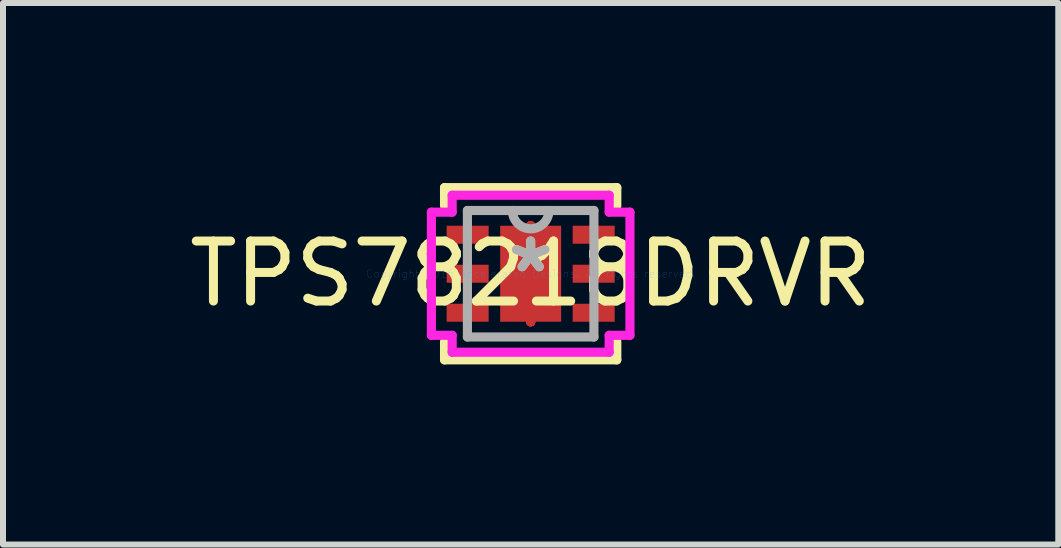
<source format=kicad_pcb>
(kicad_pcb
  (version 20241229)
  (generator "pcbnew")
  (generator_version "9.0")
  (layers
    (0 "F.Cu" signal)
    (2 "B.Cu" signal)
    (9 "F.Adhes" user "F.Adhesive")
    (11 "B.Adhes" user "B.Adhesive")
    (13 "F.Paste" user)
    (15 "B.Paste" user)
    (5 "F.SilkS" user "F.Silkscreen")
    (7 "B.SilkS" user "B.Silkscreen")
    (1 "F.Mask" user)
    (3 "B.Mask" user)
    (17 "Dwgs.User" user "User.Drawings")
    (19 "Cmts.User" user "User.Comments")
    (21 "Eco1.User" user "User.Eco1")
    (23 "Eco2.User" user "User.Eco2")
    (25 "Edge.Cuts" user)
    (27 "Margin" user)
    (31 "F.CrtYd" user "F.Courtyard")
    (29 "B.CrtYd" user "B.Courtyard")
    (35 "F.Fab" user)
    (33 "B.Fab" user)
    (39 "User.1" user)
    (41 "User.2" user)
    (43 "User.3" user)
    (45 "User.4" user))
  (footprint "TPS78218DRVR"
    (layer "F.Cu")
    (at 5.792 1.511)
    (property "Reference" "TPS78218DRVR" (at 0 0 0) (layer "F.SilkS") (effects (font (size 1 1) (thickness 0.15))))
    (attr through_hole)
    (fp_line (start 0 -0.8) (end 0 -0.8) (stroke (width 0.152) (type solid)) (layer "F.Cu"))
    (fp_line (start 0 -0.8) (end 0 -0.8) (stroke (width 0.152) (type solid)) (layer "F.Cu"))
    (fp_line (start 0 -0.8) (end 0 -0.8) (stroke (width 0.152) (type solid)) (layer "F.Cu"))
    (fp_line (start 0 -0.8) (end 0 -0.8) (stroke (width 0.152) (type solid)) (layer "F.Cu"))
    (fp_line (start 0 -0.8) (end 0 -0.8) (stroke (width 0.152) (type solid)) (layer "F.Cu"))
    (fp_line (start 0 -0.8) (end 0 -0.8) (stroke (width 0.152) (type solid)) (layer "F.Cu"))
    (fp_line (start 0 -0.8) (end 0 -0.8) (stroke (width 0.152) (type solid)) (layer "F.Cu"))
    (fp_line (start 0 -0.8) (end 0 -0.8) (stroke (width 0.152) (type solid)) (layer "F.Cu"))
    (fp_line (start 0 0.8) (end 0 0.8) (stroke (width 0.152) (type solid)) (layer "F.Cu"))
    (fp_line (start 0 0.8) (end 0 0.8) (stroke (width 0.152) (type solid)) (layer "F.Cu"))
    (fp_line (start 0 0.8) (end 0 0.8) (stroke (width 0.152) (type solid)) (layer "F.Cu"))
    (fp_line (start 0 0.8) (end 0 0.8) (stroke (width 0.152) (type solid)) (layer "F.Cu"))
    (fp_line (start 0 0.8) (end 0 0.8) (stroke (width 0.152) (type solid)) (layer "F.Cu"))
    (fp_line (start 0 0.8) (end 0 0.8) (stroke (width 0.152) (type solid)) (layer "F.Cu"))
    (fp_line (start 0 0.8) (end 0 0.8) (stroke (width 0.152) (type solid)) (layer "F.Cu"))
    (fp_line (start 0 0.8) (end 0 0.8) (stroke (width 0.152) (type solid)) (layer "F.Cu"))
    (fp_line (start -1.47 -0.87) (end -1.47 -0.43) (stroke (width 0.152) (type solid)) (layer "F.Mask"))
    (fp_line (start -1.47 -0.43) (end -0.63 -0.43) (stroke (width 0.152) (type solid)) (layer "F.Mask"))
    (fp_line (start -1.47 -0.22) (end -1.47 0.22) (stroke (width 0.152) (type solid)) (layer "F.Mask"))
    (fp_line (start -1.47 0.22) (end -0.63 0.22) (stroke (width 0.152) (type solid)) (layer "F.Mask"))
    (fp_line (start -1.47 0.43) (end -1.47 0.87) (stroke (width 0.152) (type solid)) (layer "F.Mask"))
    (fp_line (start -1.47 0.87) (end -0.63 0.87) (stroke (width 0.152) (type solid)) (layer "F.Mask"))
    (fp_line (start -0.63 -0.87) (end -1.47 -0.87) (stroke (width 0.152) (type solid)) (layer "F.Mask"))
    (fp_line (start -0.63 -0.43) (end -0.63 -0.87) (stroke (width 0.152) (type solid)) (layer "F.Mask"))
    (fp_line (start -0.63 -0.22) (end -1.47 -0.22) (stroke (width 0.152) (type solid)) (layer "F.Mask"))
    (fp_line (start -0.63 0.22) (end -0.63 -0.22) (stroke (width 0.152) (type solid)) (layer "F.Mask"))
    (fp_line (start -0.63 0.43) (end -1.47 0.43) (stroke (width 0.152) (type solid)) (layer "F.Mask"))
    (fp_line (start -0.63 0.87) (end -0.63 0.43) (stroke (width 0.152) (type solid)) (layer "F.Mask"))
    (fp_line (start -0.572 -0.864) (end -0.2 -0.864) (stroke (width 0.152) (type solid)) (layer "F.Mask"))
    (fp_line (start -0.572 -0.864) (end 0.572 -0.864) (stroke (width 0.152) (type solid)) (layer "F.Mask"))
    (fp_line (start -0.572 -0.594) (end -0.572 -0.864) (stroke (width 0.152) (type solid)) (layer "F.Mask"))
    (fp_line (start -0.572 -0.194) (end 0.572 -0.194) (stroke (width 0.152) (type solid)) (layer "F.Mask"))
    (fp_line (start -0.572 0.194) (end -0.572 -0.194) (stroke (width 0.152) (type solid)) (layer "F.Mask"))
    (fp_line (start -0.572 0.594) (end 0.572 0.594) (stroke (width 0.152) (type solid)) (layer "F.Mask"))
    (fp_line (start -0.572 0.864) (end -0.572 -0.864) (stroke (width 0.152) (type solid)) (layer "F.Mask"))
    (fp_line (start -0.572 0.864) (end -0.572 0.594) (stroke (width 0.152) (type solid)) (layer "F.Mask"))
    (fp_line (start -0.2 -0.864) (end -0.2 0.864) (stroke (width 0.152) (type solid)) (layer "F.Mask"))
    (fp_line (start -0.2 0.864) (end -0.572 0.864) (stroke (width 0.152) (type solid)) (layer "F.Mask"))
    (fp_line (start 0 -0.8) (end 0 -0.8) (stroke (width 0.152) (type solid)) (layer "F.Mask"))
    (fp_line (start 0 -0.8) (end 0 -0.8) (stroke (width 0.152) (type solid)) (layer "F.Mask"))
    (fp_line (start 0 -0.8) (end 0 -0.8) (stroke (width 0.152) (type solid)) (layer "F.Mask"))
    (fp_line (start 0 -0.8) (end 0 -0.8) (stroke (width 0.152) (type solid)) (layer "F.Mask"))
    (fp_line (start 0 -0.8) (end 0 -0.8) (stroke (width 0.152) (type solid)) (layer "F.Mask"))
    (fp_line (start 0 -0.8) (end 0 -0.8) (stroke (width 0.152) (type solid)) (layer "F.Mask"))
    (fp_line (start 0 -0.8) (end 0 -0.8) (stroke (width 0.152) (type solid)) (layer "F.Mask"))
    (fp_line (start 0 -0.8) (end 0 -0.8) (stroke (width 0.152) (type solid)) (layer "F.Mask"))
    (fp_line (start 0 0.8) (end 0 0.8) (stroke (width 0.152) (type solid)) (layer "F.Mask"))
    (fp_line (start 0 0.8) (end 0 0.8) (stroke (width 0.152) (type solid)) (layer "F.Mask"))
    (fp_line (start 0 0.8) (end 0 0.8) (stroke (width 0.152) (type solid)) (layer "F.Mask"))
    (fp_line (start 0 0.8) (end 0 0.8) (stroke (width 0.152) (type solid)) (layer "F.Mask"))
    (fp_line (start 0 0.8) (end 0 0.8) (stroke (width 0.152) (type solid)) (layer "F.Mask"))
    (fp_line (start 0 0.8) (end 0 0.8) (stroke (width 0.152) (type solid)) (layer "F.Mask"))
    (fp_line (start 0 0.8) (end 0 0.8) (stroke (width 0.152) (type solid)) (layer "F.Mask"))
    (fp_line (start 0 0.8) (end 0 0.8) (stroke (width 0.152) (type solid)) (layer "F.Mask"))
    (fp_line (start 0.2 -0.864) (end 0.572 -0.864) (stroke (width 0.152) (type solid)) (layer "F.Mask"))
    (fp_line (start 0.2 0.864) (end 0.2 -0.864) (stroke (width 0.152) (type solid)) (layer "F.Mask"))
    (fp_line (start 0.572 -0.864) (end 0.572 -0.594) (stroke (width 0.152) (type solid)) (layer "F.Mask"))
    (fp_line (start 0.572 -0.864) (end 0.572 0.864) (stroke (width 0.152) (type solid)) (layer "F.Mask"))
    (fp_line (start 0.572 -0.594) (end -0.572 -0.594) (stroke (width 0.152) (type solid)) (layer "F.Mask"))
    (fp_line (start 0.572 -0.194) (end 0.572 0.194) (stroke (width 0.152) (type solid)) (layer "F.Mask"))
    (fp_line (start 0.572 0.194) (end -0.572 0.194) (stroke (width 0.152) (type solid)) (layer "F.Mask"))
    (fp_line (start 0.572 0.594) (end 0.572 0.864) (stroke (width 0.152) (type solid)) (layer "F.Mask"))
    (fp_line (start 0.572 0.864) (end -0.572 0.864) (stroke (width 0.152) (type solid)) (layer "F.Mask"))
    (fp_line (start 0.572 0.864) (end 0.2 0.864) (stroke (width 0.152) (type solid)) (layer "F.Mask"))
    (fp_line (start 0.63 -0.87) (end 0.63 -0.43) (stroke (width 0.152) (type solid)) (layer "F.Mask"))
    (fp_line (start 0.63 -0.43) (end 1.47 -0.43) (stroke (width 0.152) (type solid)) (layer "F.Mask"))
    (fp_line (start 0.63 -0.22) (end 0.63 0.22) (stroke (width 0.152) (type solid)) (layer "F.Mask"))
    (fp_line (start 0.63 0.22) (end 1.47 0.22) (stroke (width 0.152) (type solid)) (layer "F.Mask"))
    (fp_line (start 0.63 0.43) (end 0.63 0.87) (stroke (width 0.152) (type solid)) (layer "F.Mask"))
    (fp_line (start 0.63 0.87) (end 1.47 0.87) (stroke (width 0.152) (type solid)) (layer "F.Mask"))
    (fp_line (start 1.47 -0.87) (end 0.63 -0.87) (stroke (width 0.152) (type solid)) (layer "F.Mask"))
    (fp_line (start 1.47 -0.43) (end 1.47 -0.87) (stroke (width 0.152) (type solid)) (layer "F.Mask"))
    (fp_line (start 1.47 -0.22) (end 0.63 -0.22) (stroke (width 0.152) (type solid)) (layer "F.Mask"))
    (fp_line (start 1.47 0.22) (end 1.47 -0.22) (stroke (width 0.152) (type solid)) (layer "F.Mask"))
    (fp_line (start 1.47 0.43) (end 0.63 0.43) (stroke (width 0.152) (type solid)) (layer "F.Mask"))
    (fp_line (start 1.47 0.87) (end 1.47 0.43) (stroke (width 0.152) (type solid)) (layer "F.Mask"))
    (fp_line (start -1.435 -1.435) (end -1.435 -1.131) (stroke (width 0.152) (type solid)) (layer "F.SilkS"))
    (fp_line (start -1.435 1.131) (end -1.435 1.435) (stroke (width 0.152) (type solid)) (layer "F.SilkS"))
    (fp_line (start -1.435 1.435) (end 1.435 1.435) (stroke (width 0.152) (type solid)) (layer "F.SilkS"))
    (fp_line (start 1.435 -1.435) (end -1.435 -1.435) (stroke (width 0.152) (type solid)) (layer "F.SilkS"))
    (fp_line (start 1.435 -1.131) (end 1.435 -1.435) (stroke (width 0.152) (type solid)) (layer "F.SilkS"))
    (fp_line (start 1.435 1.435) (end 1.435 1.131) (stroke (width 0.152) (type solid)) (layer "F.SilkS"))
    (fp_line (start -1.375 -0.775) (end -1.375 -0.525) (stroke (width 0.152) (type solid)) (layer "F.Paste"))
    (fp_line (start -1.375 -0.525) (end -0.725 -0.525) (stroke (width 0.152) (type solid)) (layer "F.Paste"))
    (fp_line (start -1.375 -0.125) (end -1.375 0.125) (stroke (width 0.152) (type solid)) (layer "F.Paste"))
    (fp_line (start -1.375 0.125) (end -0.725 0.125) (stroke (width 0.152) (type solid)) (layer "F.Paste"))
    (fp_line (start -1.375 0.525) (end -1.375 0.775) (stroke (width 0.152) (type solid)) (layer "F.Paste"))
    (fp_line (start -1.375 0.775) (end -0.725 0.775) (stroke (width 0.152) (type solid)) (layer "F.Paste"))
    (fp_line (start -0.725 -0.775) (end -1.375 -0.775) (stroke (width 0.152) (type solid)) (layer "F.Paste"))
    (fp_line (start -0.725 -0.525) (end -0.725 -0.775) (stroke (width 0.152) (type solid)) (layer "F.Paste"))
    (fp_line (start -0.725 -0.125) (end -1.375 -0.125) (stroke (width 0.152) (type solid)) (layer "F.Paste"))
    (fp_line (start -0.725 0.125) (end -0.725 -0.125) (stroke (width 0.152) (type solid)) (layer "F.Paste"))
    (fp_line (start -0.725 0.525) (end -1.375 0.525) (stroke (width 0.152) (type solid)) (layer "F.Paste"))
    (fp_line (start -0.725 0.775) (end -0.725 0.525) (stroke (width 0.152) (type solid)) (layer "F.Paste"))
    (fp_line (start -0.433 -0.725) (end -0.433 -0.494) (stroke (width 0.152) (type solid)) (layer "F.Paste"))
    (fp_line (start -0.433 -0.494) (end -0.241 -0.494) (stroke (width 0.152) (type solid)) (layer "F.Paste"))
    (fp_line (start -0.433 -0.294) (end -0.433 0.294) (stroke (width 0.152) (type solid)) (layer "F.Paste"))
    (fp_line (start -0.433 0.294) (end -0.241 0.294) (stroke (width 0.152) (type solid)) (layer "F.Paste"))
    (fp_line (start -0.433 0.494) (end -0.433 0.725) (stroke (width 0.152) (type solid)) (layer "F.Paste"))
    (fp_line (start -0.433 0.725) (end -0.1 0.725) (stroke (width 0.152) (type solid)) (layer "F.Paste"))
    (fp_line (start -0.241 -0.494) (end -0.241 -0.494) (stroke (width 0.152) (type solid)) (layer "F.Paste"))
    (fp_line (start -0.241 -0.494) (end -0.1 -0.635) (stroke (width 0.152) (type solid)) (layer "F.Paste"))
    (fp_line (start -0.241 -0.294) (end -0.433 -0.294) (stroke (width 0.152) (type solid)) (layer "F.Paste"))
    (fp_line (start -0.241 -0.294) (end -0.241 -0.294) (stroke (width 0.152) (type solid)) (layer "F.Paste"))
    (fp_line (start -0.241 0.294) (end -0.241 0.294) (stroke (width 0.152) (type solid)) (layer "F.Paste"))
    (fp_line (start -0.241 0.294) (end -0.1 0.152) (stroke (width 0.152) (type solid)) (layer "F.Paste"))
    (fp_line (start -0.241 0.494) (end -0.433 0.494) (stroke (width 0.152) (type solid)) (layer "F.Paste"))
    (fp_line (start -0.241 0.494) (end -0.241 0.494) (stroke (width 0.152) (type solid)) (layer "F.Paste"))
    (fp_line (start -0.1 -0.725) (end -0.433 -0.725) (stroke (width 0.152) (type solid)) (layer "F.Paste"))
    (fp_line (start -0.1 -0.635) (end -0.1 -0.725) (stroke (width 0.152) (type solid)) (layer "F.Paste"))
    (fp_line (start -0.1 -0.635) (end -0.1 -0.635) (stroke (width 0.152) (type solid)) (layer "F.Paste"))
    (fp_line (start -0.1 -0.152) (end -0.241 -0.294) (stroke (width 0.152) (type solid)) (layer "F.Paste"))
    (fp_line (start -0.1 -0.152) (end -0.1 -0.152) (stroke (width 0.152) (type solid)) (layer "F.Paste"))
    (fp_line (start -0.1 0.152) (end -0.1 -0.152) (stroke (width 0.152) (type solid)) (layer "F.Paste"))
    (fp_line (start -0.1 0.152) (end -0.1 0.152) (stroke (width 0.152) (type solid)) (layer "F.Paste"))
    (fp_line (start -0.1 0.635) (end -0.241 0.494) (stroke (width 0.152) (type solid)) (layer "F.Paste"))
    (fp_line (start -0.1 0.635) (end -0.1 0.635) (stroke (width 0.152) (type solid)) (layer "F.Paste"))
    (fp_line (start -0.1 0.725) (end -0.1 0.635) (stroke (width 0.152) (type solid)) (layer "F.Paste"))
    (fp_line (start 0.1 -0.725) (end 0.1 -0.635) (stroke (width 0.152) (type solid)) (layer "F.Paste"))
    (fp_line (start 0.1 -0.635) (end 0.1 -0.635) (stroke (width 0.152) (type solid)) (layer "F.Paste"))
    (fp_line (start 0.1 -0.635) (end 0.241 -0.494) (stroke (width 0.152) (type solid)) (layer "F.Paste"))
    (fp_line (start 0.1 -0.152) (end 0.1 -0.152) (stroke (width 0.152) (type solid)) (layer "F.Paste"))
    (fp_line (start 0.1 -0.152) (end 0.1 0.152) (stroke (width 0.152) (type solid)) (layer "F.Paste"))
    (fp_line (start 0.1 0.152) (end 0.1 0.152) (stroke (width 0.152) (type solid)) (layer "F.Paste"))
    (fp_line (start 0.1 0.152) (end 0.241 0.294) (stroke (width 0.152) (type solid)) (layer "F.Paste"))
    (fp_line (start 0.1 0.635) (end 0.1 0.635) (stroke (width 0.152) (type solid)) (layer "F.Paste"))
    (fp_line (start 0.1 0.635) (end 0.1 0.725) (stroke (width 0.152) (type solid)) (layer "F.Paste"))
    (fp_line (start 0.1 0.725) (end 0.433 0.725) (stroke (width 0.152) (type solid)) (layer "F.Paste"))
    (fp_line (start 0.241 -0.494) (end 0.241 -0.494) (stroke (width 0.152) (type solid)) (layer "F.Paste"))
    (fp_line (start 0.241 -0.494) (end 0.433 -0.494) (stroke (width 0.152) (type solid)) (layer "F.Paste"))
    (fp_line (start 0.241 -0.294) (end 0.1 -0.152) (stroke (width 0.152) (type solid)) (layer "F.Paste"))
    (fp_line (start 0.241 -0.294) (end 0.241 -0.294) (stroke (width 0.152) (type solid)) (layer "F.Paste"))
    (fp_line (start 0.241 0.294) (end 0.241 0.294) (stroke (width 0.152) (type solid)) (layer "F.Paste"))
    (fp_line (start 0.241 0.294) (end 0.433 0.294) (stroke (width 0.152) (type solid)) (layer "F.Paste"))
    (fp_line (start 0.241 0.494) (end 0.1 0.635) (stroke (width 0.152) (type solid)) (layer "F.Paste"))
    (fp_line (start 0.241 0.494) (end 0.241 0.494) (stroke (width 0.152) (type solid)) (layer "F.Paste"))
    (fp_line (start 0.433 -0.725) (end 0.1 -0.725) (stroke (width 0.152) (type solid)) (layer "F.Paste"))
    (fp_line (start 0.433 -0.494) (end 0.433 -0.725) (stroke (width 0.152) (type solid)) (layer "F.Paste"))
    (fp_line (start 0.433 -0.294) (end 0.241 -0.294) (stroke (width 0.152) (type solid)) (layer "F.Paste"))
    (fp_line (start 0.433 0.294) (end 0.433 -0.294) (stroke (width 0.152) (type solid)) (layer "F.Paste"))
    (fp_line (start 0.433 0.494) (end 0.241 0.494) (stroke (width 0.152) (type solid)) (layer "F.Paste"))
    (fp_line (start 0.433 0.725) (end 0.433 0.494) (stroke (width 0.152) (type solid)) (layer "F.Paste"))
    (fp_line (start 0.725 -0.775) (end 0.725 -0.525) (stroke (width 0.152) (type solid)) (layer "F.Paste"))
    (fp_line (start 0.725 -0.525) (end 1.375 -0.525) (stroke (width 0.152) (type solid)) (layer "F.Paste"))
    (fp_line (start 0.725 -0.125) (end 0.725 0.125) (stroke (width 0.152) (type solid)) (layer "F.Paste"))
    (fp_line (start 0.725 0.125) (end 1.375 0.125) (stroke (width 0.152) (type solid)) (layer "F.Paste"))
    (fp_line (start 0.725 0.525) (end 0.725 0.775) (stroke (width 0.152) (type solid)) (layer "F.Paste"))
    (fp_line (start 0.725 0.775) (end 1.375 0.775) (stroke (width 0.152) (type solid)) (layer "F.Paste"))
    (fp_line (start 1.375 -0.775) (end 0.725 -0.775) (stroke (width 0.152) (type solid)) (layer "F.Paste"))
    (fp_line (start 1.375 -0.525) (end 1.375 -0.775) (stroke (width 0.152) (type solid)) (layer "F.Paste"))
    (fp_line (start 1.375 -0.125) (end 0.725 -0.125) (stroke (width 0.152) (type solid)) (layer "F.Paste"))
    (fp_line (start 1.375 0.125) (end 1.375 -0.125) (stroke (width 0.152) (type solid)) (layer "F.Paste"))
    (fp_line (start 1.375 0.525) (end 0.725 0.525) (stroke (width 0.152) (type solid)) (layer "F.Paste"))
    (fp_line (start 1.375 0.775) (end 1.375 0.525) (stroke (width 0.152) (type solid)) (layer "F.Paste"))
    (fp_circle (center 0 -0.394) (end 0.191 -0.394) (stroke (width 0.152) (type solid)) (fill no) (layer "Eco1.User"))
    (fp_circle (center 0 0.394) (end 0.191 0.394) (stroke (width 0.152) (type solid)) (fill no) (layer "Eco1.User"))
    (fp_line (start -1.654 -1.026) (end -1.308 -1.026) (stroke (width 0.152) (type solid)) (layer "F.CrtYd"))
    (fp_line (start -1.654 1.026) (end -1.654 -1.026) (stroke (width 0.152) (type solid)) (layer "F.CrtYd"))
    (fp_line (start -1.308 -1.308) (end 1.308 -1.308) (stroke (width 0.152) (type solid)) (layer "F.CrtYd"))
    (fp_line (start -1.308 -1.026) (end -1.308 -1.308) (stroke (width 0.152) (type solid)) (layer "F.CrtYd"))
    (fp_line (start -1.308 1.026) (end -1.654 1.026) (stroke (width 0.152) (type solid)) (layer "F.CrtYd"))
    (fp_line (start -1.308 1.308) (end -1.308 1.026) (stroke (width 0.152) (type solid)) (layer "F.CrtYd"))
    (fp_line (start 1.308 -1.308) (end 1.308 -1.026) (stroke (width 0.152) (type solid)) (layer "F.CrtYd"))
    (fp_line (start 1.308 -1.026) (end 1.654 -1.026) (stroke (width 0.152) (type solid)) (layer "F.CrtYd"))
    (fp_line (start 1.308 1.026) (end 1.308 1.308) (stroke (width 0.152) (type solid)) (layer "F.CrtYd"))
    (fp_line (start 1.308 1.308) (end -1.308 1.308) (stroke (width 0.152) (type solid)) (layer "F.CrtYd"))
    (fp_line (start 1.654 -1.026) (end 1.654 1.026) (stroke (width 0.152) (type solid)) (layer "F.CrtYd"))
    (fp_line (start 1.654 1.026) (end 1.308 1.026) (stroke (width 0.152) (type solid)) (layer "F.CrtYd"))
    (fp_line (start -1.054 -1.054) (end -1.054 1.054) (stroke (width 0.152) (type solid)) (layer "F.Fab"))
    (fp_line (start -1.054 1.054) (end 1.054 1.054) (stroke (width 0.152) (type solid)) (layer "F.Fab"))
    (fp_line (start 1.054 -1.054) (end -1.054 -1.054) (stroke (width 0.152) (type solid)) (layer "F.Fab"))
    (fp_line (start 1.054 1.054) (end 1.054 -1.054) (stroke (width 0.152) (type solid)) (layer "F.Fab"))
    (fp_arc (start 0.3048 -1.0541) (mid 0 -0.7493) (end -0.3048 -1.0541) (stroke (width 0.1524) (type solid)) (layer "F.Fab"))
    (fp_text user "*" (at 0 0 0) (layer "F.SilkS") (effects (font (size 1 1) (thickness 0.15))))
    (fp_text user "Copyright 2016 Accelerated Designs. All rights reserved." (at 0 0 0) (layer "Cmts.User") (effects (font (size 0.127 0.127) (thickness 0.002))))
    (fp_text user "*" (at 0 0 0) (layer "F.Fab") (effects (font (size 1 1) (thickness 0.15))))
    (pad "1" smd rect (at -1.05 -0.65) (size 0.7 0.3) (layers "F.Cu" "F.Mask" "F.Paste"))
    (pad "2" smd rect (at -1.05 0) (size 0.7 0.3) (layers "F.Cu" "F.Mask" "F.Paste"))
    (pad "3" smd rect (at -1.05 0.65) (size 0.7 0.3) (layers "F.Cu" "F.Mask" "F.Paste"))
    (pad "4" smd rect (at 1.05 0.65) (size 0.7 0.3) (layers "F.Cu" "F.Mask" "F.Paste"))
    (pad "5" smd rect (at 1.05 0) (size 0.7 0.3) (layers "F.Cu" "F.Mask" "F.Paste"))
    (pad "6" smd rect (at 1.05 -0.65) (size 0.7 0.3) (layers "F.Cu" "F.Mask" "F.Paste"))
    (pad "7" smd rect (at 0 0) (size 1.016 1.6) (layers "F.Cu" "F.Mask" "F.Paste")))
  (gr_rect
    (start -3 -3)
    (end 14.583 6.023)
    (stroke (width 0.1) (type default))
    (fill no)
    (layer "Edge.Cuts")))
</source>
